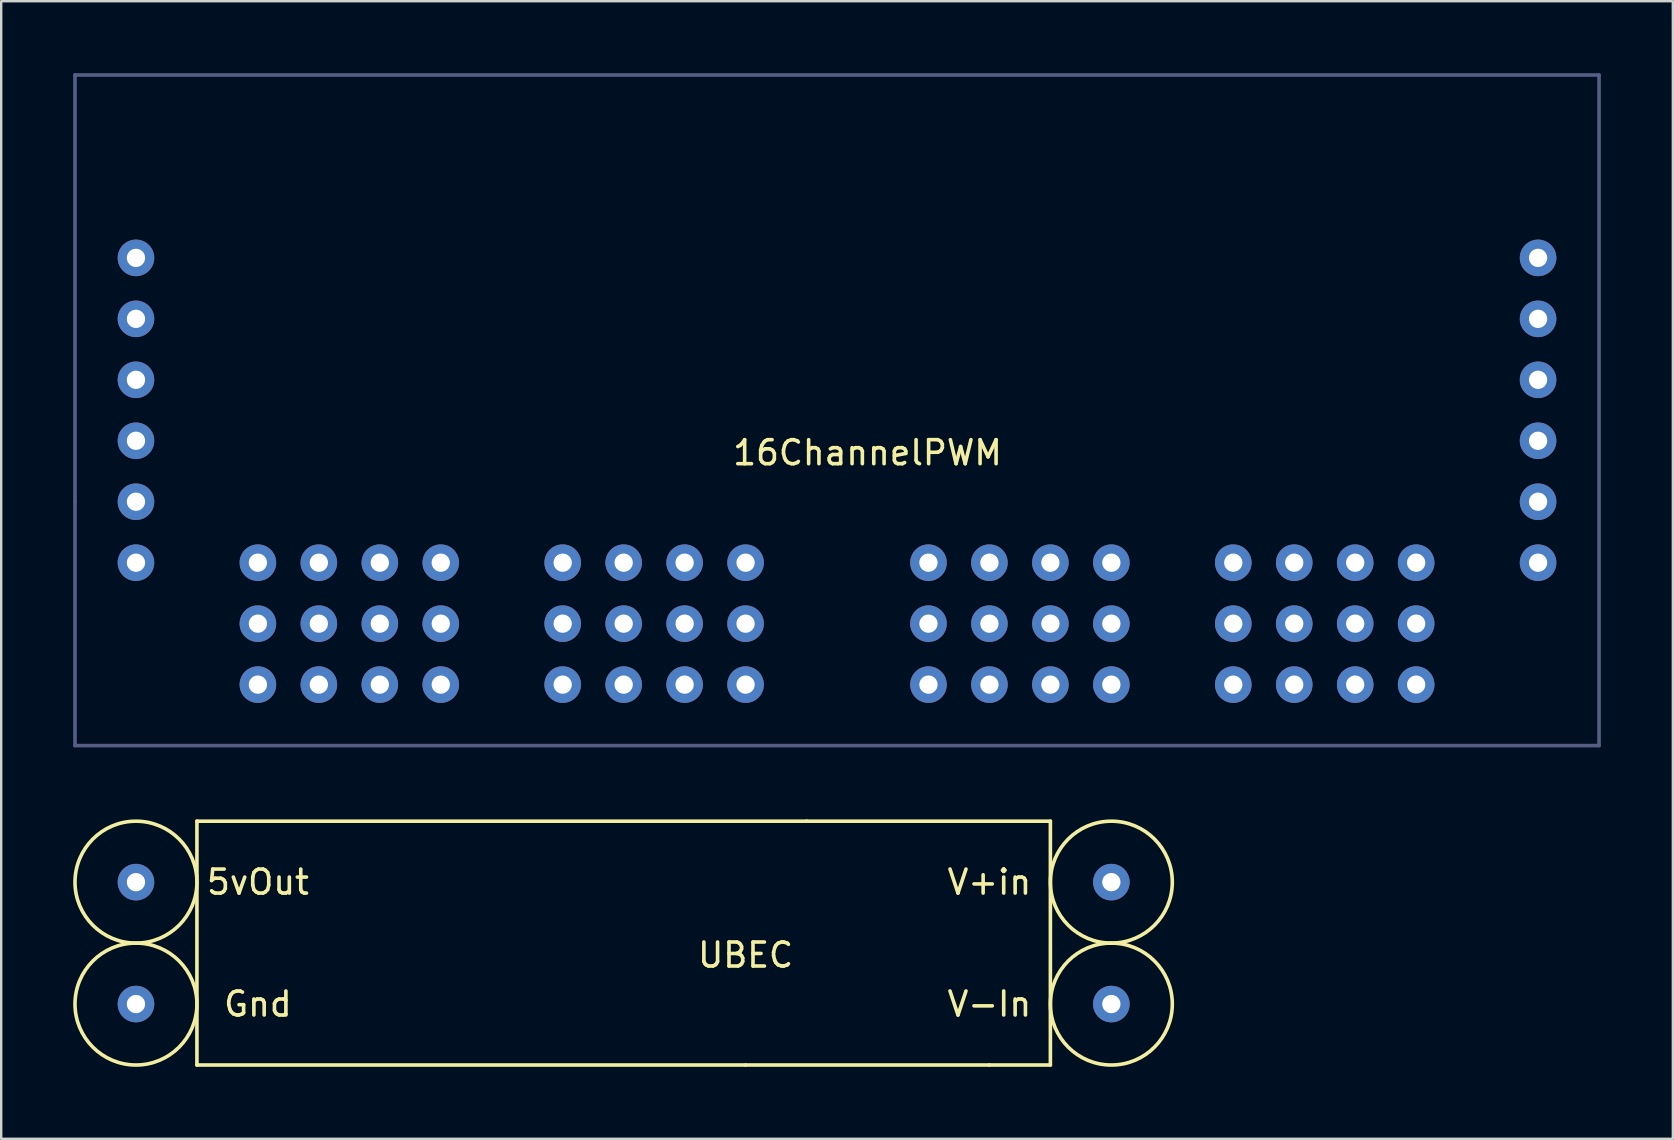
<source format=kicad_pcb>
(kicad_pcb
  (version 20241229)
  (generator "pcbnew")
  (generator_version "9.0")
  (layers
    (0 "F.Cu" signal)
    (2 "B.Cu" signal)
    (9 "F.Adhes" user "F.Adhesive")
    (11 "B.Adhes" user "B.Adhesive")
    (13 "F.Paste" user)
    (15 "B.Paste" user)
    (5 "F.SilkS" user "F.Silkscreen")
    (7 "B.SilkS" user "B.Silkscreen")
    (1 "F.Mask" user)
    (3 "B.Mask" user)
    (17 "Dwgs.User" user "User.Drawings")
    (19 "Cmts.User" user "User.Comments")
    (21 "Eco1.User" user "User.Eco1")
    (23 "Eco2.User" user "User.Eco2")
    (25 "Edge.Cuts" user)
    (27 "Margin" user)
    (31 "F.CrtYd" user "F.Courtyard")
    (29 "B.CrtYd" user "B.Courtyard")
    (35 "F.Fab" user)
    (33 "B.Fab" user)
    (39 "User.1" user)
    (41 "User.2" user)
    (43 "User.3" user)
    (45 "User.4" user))
  (footprint "UBEC"
    (layer "F.Cu")
    (at 28.015 36.245)
    (property "Reference" "UBEC" (at 0 0.5 0) (layer "F.SilkS") (effects (font (size 1 1) (thickness 0.15))))
    (attr through_hole)
    (fp_line (start -22.86 -5.08) (end -22.86 5.08) (stroke (width 0.15) (type solid)) (layer "F.SilkS"))
    (fp_line (start -22.86 5.08) (end 0 5.08) (stroke (width 0.15) (type solid)) (layer "F.SilkS"))
    (fp_line (start 0 5.08) (end 10.16 5.08) (stroke (width 0.15) (type solid)) (layer "F.SilkS"))
    (fp_line (start 2.54 -5.08) (end -22.86 -5.08) (stroke (width 0.15) (type solid)) (layer "F.SilkS"))
    (fp_line (start 2.54 -5.08) (end 12.7 -5.08) (stroke (width 0.15) (type solid)) (layer "F.SilkS"))
    (fp_line (start 10.16 5.08) (end 12.7 5.08) (stroke (width 0.15) (type solid)) (layer "F.SilkS"))
    (fp_line (start 12.7 5.08) (end 12.7 -5.08) (stroke (width 0.15) (type solid)) (layer "F.SilkS"))
    (fp_circle (center -25.4 -2.54) (end -25.4 -5.08) (stroke (width 0.15) (type solid)) (fill no) (layer "F.SilkS"))
    (fp_circle (center -25.4 2.54) (end -22.86 2.54) (stroke (width 0.15) (type solid)) (fill no) (layer "F.SilkS"))
    (fp_circle (center 15.24 -2.54) (end 17.78 -2.54) (stroke (width 0.15) (type solid)) (fill no) (layer "F.SilkS"))
    (fp_circle (center 15.24 2.54) (end 15.24 0) (stroke (width 0.15) (type solid)) (fill no) (layer "F.SilkS"))
    (fp_text user "Gnd" (at -20.32 2.54 0) (layer "F.SilkS") (effects (font (size 1 1) (thickness 0.15))))
    (fp_text user "5vOut" (at -20.32 -2.54 180) (layer "F.SilkS") (effects (font (size 1 1) (thickness 0.15))))
    (fp_text user "V+in" (at 10.16 -2.54 0) (layer "F.SilkS") (effects (font (size 1 1) (thickness 0.15))))
    (fp_text user "V-In" (at 10.16 2.54 0) (layer "F.SilkS") (effects (font (size 1 1) (thickness 0.15))))
    (pad "1" thru_hole circle (at -25.4 -2.54) (size 1.524 1.524) (drill 0.762) (layers "*.Cu" "*.Mask"))
    (pad "2" thru_hole circle (at -25.4 2.54) (size 1.524 1.524) (drill 0.762) (layers "*.Cu" "*.Mask"))
    (pad "3" thru_hole circle (at 15.24 -2.54) (size 1.524 1.524) (drill 0.762) (layers "*.Cu" "*.Mask"))
    (pad "4" thru_hole circle (at 15.24 2.54) (size 1.524 1.524) (drill 0.762) (layers "*.Cu" "*.Mask")))
  (footprint "16ChannelPWM"
    (layer "F.Cu")
    (at 33.095 15.315)
    (property "Reference" "16ChannelPWM" (at 0 0.5 0) (layer "F.SilkS") (effects (font (size 1 1) (thickness 0.15))))
    (attr through_hole)
    (fp_line (start -33.02 -15.24) (end -33.02 2.54) (stroke (width 0.15) (type solid)) (layer "B.Fab"))
    (fp_line (start -33.02 2.54) (end -33.02 12.7) (stroke (width 0.15) (type solid)) (layer "B.Fab"))
    (fp_line (start -33.02 12.7) (end 30.48 12.7) (stroke (width 0.15) (type solid)) (layer "B.Fab"))
    (fp_line (start 30.48 -15.24) (end -33.02 -15.24) (stroke (width 0.15) (type solid)) (layer "B.Fab"))
    (fp_line (start 30.48 12.7) (end 30.48 -15.24) (stroke (width 0.15) (type solid)) (layer "B.Fab"))
    (pad "6" thru_hole circle (at -25.4 5.08) (size 1.524 1.524) (drill 0.762) (layers "*.Cu" "*.Mask"))
    (pad "7" thru_hole circle (at -22.86 5.08) (size 1.524 1.524) (drill 0.762) (layers "*.Cu" "*.Mask"))
    (pad "8" thru_hole circle (at -20.32 5.08) (size 1.524 1.524) (drill 0.762) (layers "*.Cu" "*.Mask"))
    (pad "9" thru_hole circle (at -17.78 5.08) (size 1.524 1.524) (drill 0.762) (layers "*.Cu" "*.Mask"))
    (pad "10" thru_hole circle (at -12.7 5.08) (size 1.524 1.524) (drill 0.762) (layers "*.Cu" "*.Mask"))
    (pad "11" thru_hole circle (at -10.16 5.08) (size 1.524 1.524) (drill 0.762) (layers "*.Cu" "*.Mask"))
    (pad "12" thru_hole circle (at -7.62 5.08) (size 1.524 1.524) (drill 0.762) (layers "*.Cu" "*.Mask"))
    (pad "13" thru_hole circle (at -5.08 5.08) (size 1.524 1.524) (drill 0.762) (layers "*.Cu" "*.Mask"))
    (pad "14" thru_hole circle (at -30.48 -7.62) (size 1.524 1.524) (drill 0.762) (layers "*.Cu" "*.Mask"))
    (pad "14" thru_hole circle (at -25.4 10.16) (size 1.524 1.524) (drill 0.762) (layers "*.Cu" "*.Mask"))
    (pad "14" thru_hole circle (at -22.86 10.16) (size 1.524 1.524) (drill 0.762) (layers "*.Cu" "*.Mask"))
    (pad "14" thru_hole circle (at -20.32 10.16) (size 1.524 1.524) (drill 0.762) (layers "*.Cu" "*.Mask"))
    (pad "14" thru_hole circle (at -17.78 10.16) (size 1.524 1.524) (drill 0.762) (layers "*.Cu" "*.Mask"))
    (pad "14" thru_hole circle (at -12.7 10.16) (size 1.524 1.524) (drill 0.762) (layers "*.Cu" "*.Mask"))
    (pad "14" thru_hole circle (at -10.16 10.16) (size 1.524 1.524) (drill 0.762) (layers "*.Cu" "*.Mask"))
    (pad "14" thru_hole circle (at -7.62 10.16) (size 1.524 1.524) (drill 0.762) (layers "*.Cu" "*.Mask"))
    (pad "14" thru_hole circle (at -5.08 10.16) (size 1.524 1.524) (drill 0.762) (layers "*.Cu" "*.Mask"))
    (pad "14" thru_hole circle (at 2.54 10.16) (size 1.524 1.524) (drill 0.762) (layers "*.Cu" "*.Mask"))
    (pad "14" thru_hole circle (at 5.08 10.16) (size 1.524 1.524) (drill 0.762) (layers "*.Cu" "*.Mask"))
    (pad "14" thru_hole circle (at 7.62 10.16) (size 1.524 1.524) (drill 0.762) (layers "*.Cu" "*.Mask"))
    (pad "14" thru_hole circle (at 10.16 10.16) (size 1.524 1.524) (drill 0.762) (layers "*.Cu" "*.Mask"))
    (pad "14" thru_hole circle (at 15.24 10.16) (size 1.524 1.524) (drill 0.762) (layers "*.Cu" "*.Mask"))
    (pad "14" thru_hole circle (at 17.78 10.16) (size 1.524 1.524) (drill 0.762) (layers "*.Cu" "*.Mask"))
    (pad "14" thru_hole circle (at 20.32 10.16) (size 1.524 1.524) (drill 0.762) (layers "*.Cu" "*.Mask"))
    (pad "14" thru_hole circle (at 22.86 10.16) (size 1.524 1.524) (drill 0.762) (layers "*.Cu" "*.Mask"))
    (pad "14" thru_hole circle (at 27.94 -7.62) (size 1.524 1.524) (drill 0.762) (layers "*.Cu" "*.Mask"))
    (pad "15" thru_hole circle (at 2.54 5.08) (size 1.524 1.524) (drill 0.762) (layers "*.Cu" "*.Mask"))
    (pad "16" thru_hole circle (at 5.08 5.08) (size 1.524 1.524) (drill 0.762) (layers "*.Cu" "*.Mask"))
    (pad "17" thru_hole circle (at 7.62 5.08) (size 1.524 1.524) (drill 0.762) (layers "*.Cu" "*.Mask"))
    (pad "18" thru_hole circle (at 10.16 5.08) (size 1.524 1.524) (drill 0.762) (layers "*.Cu" "*.Mask"))
    (pad "19" thru_hole circle (at 15.24 5.08) (size 1.524 1.524) (drill 0.762) (layers "*.Cu" "*.Mask"))
    (pad "20" thru_hole circle (at 17.78 5.08) (size 1.524 1.524) (drill 0.762) (layers "*.Cu" "*.Mask"))
    (pad "21" thru_hole circle (at 20.32 5.08) (size 1.524 1.524) (drill 0.762) (layers "*.Cu" "*.Mask"))
    (pad "22" thru_hole circle (at 22.86 5.08) (size 1.524 1.524) (drill 0.762) (layers "*.Cu" "*.Mask"))
    (pad "26" thru_hole circle (at -30.48 -2.54) (size 1.524 1.524) (drill 0.762) (layers "*.Cu" "*.Mask"))
    (pad "26" thru_hole circle (at 27.94 -2.54) (size 1.524 1.524) (drill 0.762) (layers "*.Cu" "*.Mask"))
    (pad "27" thru_hole circle (at -30.48 0) (size 1.524 1.524) (drill 0.762) (layers "*.Cu" "*.Mask"))
    (pad "27" thru_hole circle (at 27.94 0) (size 1.524 1.524) (drill 0.762) (layers "*.Cu" "*.Mask"))
    (pad "28" thru_hole circle (at -30.48 5.08) (size 1.524 1.524) (drill 0.762) (layers "*.Cu" "*.Mask"))
    (pad "28" thru_hole circle (at 27.94 5.08) (size 1.524 1.524) (drill 0.762) (layers "*.Cu" "*.Mask"))
    (pad "50" thru_hole circle (at -25.4 7.62) (size 1.524 1.524) (drill 0.762) (layers "*.Cu" "*.Mask"))
    (pad "50" thru_hole circle (at -22.86 7.62) (size 1.524 1.524) (drill 0.762) (layers "*.Cu" "*.Mask"))
    (pad "50" thru_hole circle (at -20.32 7.62) (size 1.524 1.524) (drill 0.762) (layers "*.Cu" "*.Mask"))
    (pad "50" thru_hole circle (at -17.78 7.62) (size 1.524 1.524) (drill 0.762) (layers "*.Cu" "*.Mask"))
    (pad "50" thru_hole circle (at -12.7 7.62) (size 1.524 1.524) (drill 0.762) (layers "*.Cu" "*.Mask"))
    (pad "50" thru_hole circle (at -10.16 7.62) (size 1.524 1.524) (drill 0.762) (layers "*.Cu" "*.Mask"))
    (pad "50" thru_hole circle (at -7.62 7.62) (size 1.524 1.524) (drill 0.762) (layers "*.Cu" "*.Mask"))
    (pad "50" thru_hole circle (at -5.08 7.62) (size 1.524 1.524) (drill 0.762) (layers "*.Cu" "*.Mask"))
    (pad "50" thru_hole circle (at 2.54 7.62) (size 1.524 1.524) (drill 0.762) (layers "*.Cu" "*.Mask"))
    (pad "50" thru_hole circle (at 5.08 7.62) (size 1.524 1.524) (drill 0.762) (layers "*.Cu" "*.Mask"))
    (pad "50" thru_hole circle (at 7.62 7.62) (size 1.524 1.524) (drill 0.762) (layers "*.Cu" "*.Mask"))
    (pad "50" thru_hole circle (at 10.16 7.62) (size 1.524 1.524) (drill 0.762) (layers "*.Cu" "*.Mask"))
    (pad "50" thru_hole circle (at 15.24 7.62) (size 1.524 1.524) (drill 0.762) (layers "*.Cu" "*.Mask"))
    (pad "50" thru_hole circle (at 17.78 7.62) (size 1.524 1.524) (drill 0.762) (layers "*.Cu" "*.Mask"))
    (pad "50" thru_hole circle (at 20.32 7.62) (size 1.524 1.524) (drill 0.762) (layers "*.Cu" "*.Mask"))
    (pad "50" thru_hole circle (at 22.86 7.62) (size 1.524 1.524) (drill 0.762) (layers "*.Cu" "*.Mask"))
    (pad "57" thru_hole circle (at -30.48 2.54) (size 1.524 1.524) (drill 0.762) (layers "*.Cu" "*.Mask"))
    (pad "57" thru_hole circle (at 27.94 2.54) (size 1.524 1.524) (drill 0.762) (layers "*.Cu" "*.Mask"))
    (pad "60" thru_hole circle (at -30.48 -5.08) (size 1.524 1.524) (drill 0.762) (layers "*.Cu" "*.Mask"))
    (pad "60" thru_hole circle (at 27.94 -5.08) (size 1.524 1.524) (drill 0.762) (layers "*.Cu" "*.Mask")))
  (gr_rect
    (start -3 -3)
    (end 66.65 44.4)
    (stroke (width 0.1) (type default))
    (fill no)
    (layer "Edge.Cuts")))
</source>
